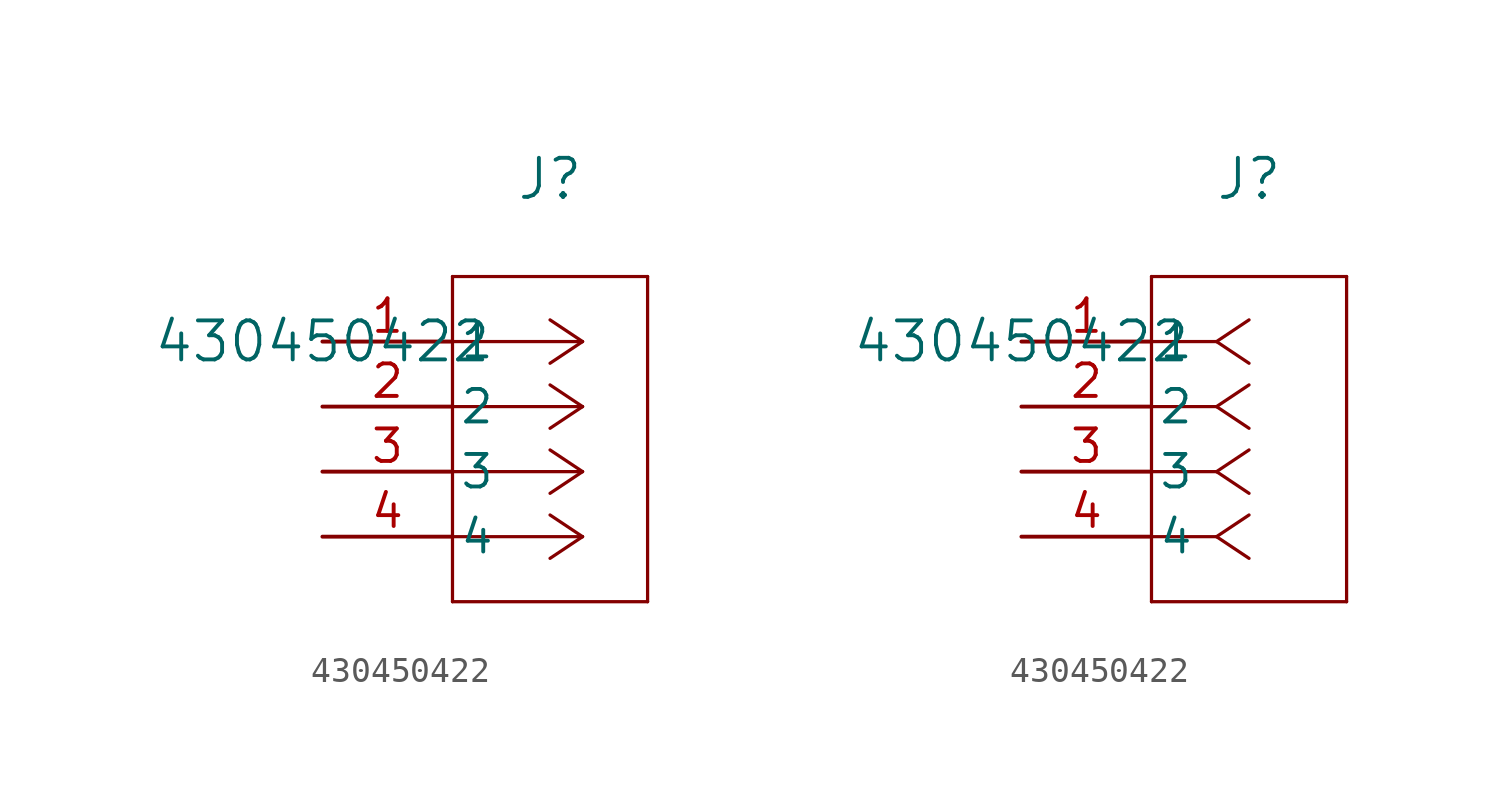
<source format=kicad_sym>
(kicad_symbol_lib
  (version 20211014)
  (generator kicad_symbol_editor)
  (symbol "430450422"
    (pin_names
      (offset 0.254))
    (property "Reference" "J"
      (at 8.89 6.35 0)
      (effects (font (size 1.524 1.524))))
    (property "Value" "430450422"
      (at 0 0 0)
      (effects (font (size 1.524 1.524))))
    (symbol "430450422_1_1"
      (polyline (pts (xy 10.16 0) (xy 5.08 0)) (stroke (width 0.127) (type default) (color 0 0 0 0)) (fill (type none)))
      (polyline (pts (xy 10.16 -2.54) (xy 5.08 -2.54)) (stroke (width 0.127) (type default) (color 0 0 0 0)) (fill (type none)))
      (polyline (pts (xy 10.16 -5.08) (xy 5.08 -5.08)) (stroke (width 0.127) (type default) (color 0 0 0 0)) (fill (type none)))
      (polyline (pts (xy 10.16 -7.62) (xy 5.08 -7.62)) (stroke (width 0.127) (type default) (color 0 0 0 0)) (fill (type none)))
      (polyline (pts (xy 10.16 0) (xy 8.89 0.847)) (stroke (width 0.127) (type default) (color 0 0 0 0)) (fill (type none)))
      (polyline (pts (xy 10.16 -2.54) (xy 8.89 -1.693)) (stroke (width 0.127) (type default) (color 0 0 0 0)) (fill (type none)))
      (polyline (pts (xy 10.16 -5.08) (xy 8.89 -4.233)) (stroke (width 0.127) (type default) (color 0 0 0 0)) (fill (type none)))
      (polyline (pts (xy 10.16 -7.62) (xy 8.89 -6.773)) (stroke (width 0.127) (type default) (color 0 0 0 0)) (fill (type none)))
      (polyline (pts (xy 10.16 0) (xy 8.89 -0.847)) (stroke (width 0.127) (type default) (color 0 0 0 0)) (fill (type none)))
      (polyline (pts (xy 10.16 -2.54) (xy 8.89 -3.387)) (stroke (width 0.127) (type default) (color 0 0 0 0)) (fill (type none)))
      (polyline (pts (xy 10.16 -5.08) (xy 8.89 -5.927)) (stroke (width 0.127) (type default) (color 0 0 0 0)) (fill (type none)))
      (polyline (pts (xy 10.16 -7.62) (xy 8.89 -8.467)) (stroke (width 0.127) (type default) (color 0 0 0 0)) (fill (type none)))
      (polyline (pts (xy 5.08 2.54) (xy 5.08 -10.16)) (stroke (width 0.127) (type default) (color 0 0 0 0)) (fill (type none)))
      (polyline (pts (xy 5.08 -10.16) (xy 12.7 -10.16)) (stroke (width 0.127) (type default) (color 0 0 0 0)) (fill (type none)))
      (polyline (pts (xy 12.7 -10.16) (xy 12.7 2.54)) (stroke (width 0.127) (type default) (color 0 0 0 0)) (fill (type none)))
      (polyline (pts (xy 12.7 2.54) (xy 5.08 2.54)) (stroke (width 0.127) (type default) (color 0 0 0 0)) (fill (type none)))
      (pin unspecified line (at 0 0 0) (length 5.08) (name "1" (effects (font (size 1.27 1.27)))) (number "1" (effects (font (size 1.27 1.27)))))
      (pin unspecified line (at 0 -2.54 0) (length 5.08) (name "2" (effects (font (size 1.27 1.27)))) (number "2" (effects (font (size 1.27 1.27)))))
      (pin unspecified line (at 0 -5.08 0) (length 5.08) (name "3" (effects (font (size 1.27 1.27)))) (number "3" (effects (font (size 1.27 1.27)))))
      (pin unspecified line (at 0 -7.62 0) (length 5.08) (name "4" (effects (font (size 1.27 1.27)))) (number "4" (effects (font (size 1.27 1.27))))))
    (symbol "430450422_1_2"
      (polyline (pts (xy 7.62 0) (xy 5.08 0)) (stroke (width 0.127) (type default) (color 0 0 0 0)) (fill (type none)))
      (polyline (pts (xy 7.62 -2.54) (xy 5.08 -2.54)) (stroke (width 0.127) (type default) (color 0 0 0 0)) (fill (type none)))
      (polyline (pts (xy 7.62 -5.08) (xy 5.08 -5.08)) (stroke (width 0.127) (type default) (color 0 0 0 0)) (fill (type none)))
      (polyline (pts (xy 7.62 -7.62) (xy 5.08 -7.62)) (stroke (width 0.127) (type default) (color 0 0 0 0)) (fill (type none)))
      (polyline (pts (xy 7.62 0) (xy 8.89 0.847)) (stroke (width 0.127) (type default) (color 0 0 0 0)) (fill (type none)))
      (polyline (pts (xy 7.62 -2.54) (xy 8.89 -1.693)) (stroke (width 0.127) (type default) (color 0 0 0 0)) (fill (type none)))
      (polyline (pts (xy 7.62 -5.08) (xy 8.89 -4.233)) (stroke (width 0.127) (type default) (color 0 0 0 0)) (fill (type none)))
      (polyline (pts (xy 7.62 -7.62) (xy 8.89 -6.773)) (stroke (width 0.127) (type default) (color 0 0 0 0)) (fill (type none)))
      (polyline (pts (xy 7.62 0) (xy 8.89 -0.847)) (stroke (width 0.127) (type default) (color 0 0 0 0)) (fill (type none)))
      (polyline (pts (xy 7.62 -2.54) (xy 8.89 -3.387)) (stroke (width 0.127) (type default) (color 0 0 0 0)) (fill (type none)))
      (polyline (pts (xy 7.62 -5.08) (xy 8.89 -5.927)) (stroke (width 0.127) (type default) (color 0 0 0 0)) (fill (type none)))
      (polyline (pts (xy 7.62 -7.62) (xy 8.89 -8.467)) (stroke (width 0.127) (type default) (color 0 0 0 0)) (fill (type none)))
      (polyline (pts (xy 5.08 2.54) (xy 5.08 -10.16)) (stroke (width 0.127) (type default) (color 0 0 0 0)) (fill (type none)))
      (polyline (pts (xy 5.08 -10.16) (xy 12.7 -10.16)) (stroke (width 0.127) (type default) (color 0 0 0 0)) (fill (type none)))
      (polyline (pts (xy 12.7 -10.16) (xy 12.7 2.54)) (stroke (width 0.127) (type default) (color 0 0 0 0)) (fill (type none)))
      (polyline (pts (xy 12.7 2.54) (xy 5.08 2.54)) (stroke (width 0.127) (type default) (color 0 0 0 0)) (fill (type none)))
      (pin unspecified line (at 0 0 0) (length 5.08) (name "1" (effects (font (size 1.27 1.27)))) (number "1" (effects (font (size 1.27 1.27)))))
      (pin unspecified line (at 0 -2.54 0) (length 5.08) (name "2" (effects (font (size 1.27 1.27)))) (number "2" (effects (font (size 1.27 1.27)))))
      (pin unspecified line (at 0 -5.08 0) (length 5.08) (name "3" (effects (font (size 1.27 1.27)))) (number "3" (effects (font (size 1.27 1.27)))))
      (pin unspecified line (at 0 -7.62 0) (length 5.08) (name "4" (effects (font (size 1.27 1.27)))) (number "4" (effects (font (size 1.27 1.27))))))))
</source>
